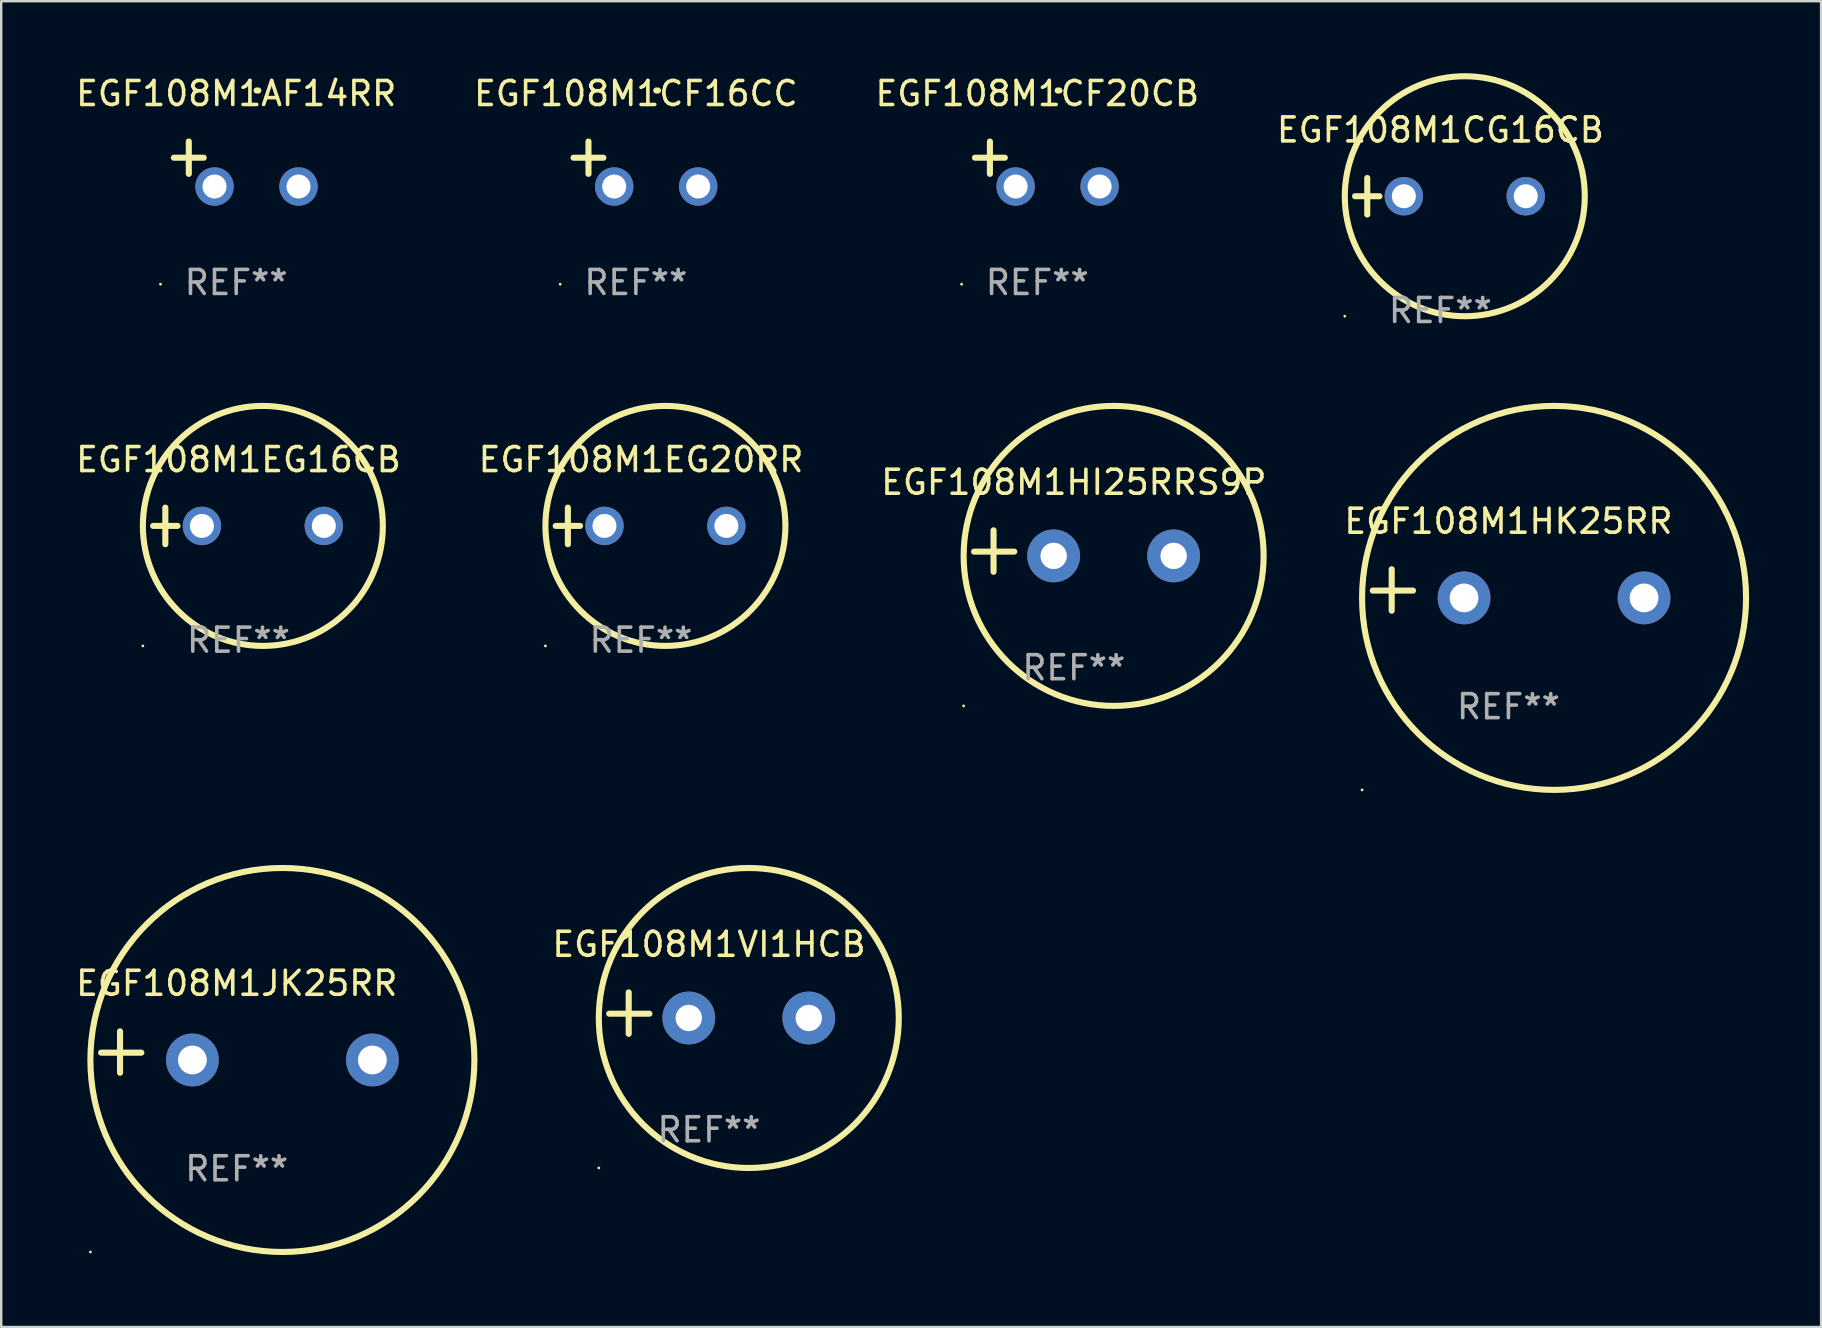
<source format=kicad_pcb>
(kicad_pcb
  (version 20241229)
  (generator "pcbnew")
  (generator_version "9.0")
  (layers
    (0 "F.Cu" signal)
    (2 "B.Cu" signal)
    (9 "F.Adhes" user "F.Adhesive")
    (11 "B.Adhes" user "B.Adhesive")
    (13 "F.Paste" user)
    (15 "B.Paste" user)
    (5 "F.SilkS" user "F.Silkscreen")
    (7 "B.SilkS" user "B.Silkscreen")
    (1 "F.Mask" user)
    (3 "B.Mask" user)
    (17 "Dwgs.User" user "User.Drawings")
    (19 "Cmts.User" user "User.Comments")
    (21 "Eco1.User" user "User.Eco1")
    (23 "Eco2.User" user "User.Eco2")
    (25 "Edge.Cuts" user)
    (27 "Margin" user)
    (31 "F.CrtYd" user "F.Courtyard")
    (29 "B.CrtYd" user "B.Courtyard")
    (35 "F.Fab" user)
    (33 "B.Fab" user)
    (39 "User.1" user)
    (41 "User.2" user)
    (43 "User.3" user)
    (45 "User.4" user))
  (footprint "EGF108M1HI25RRS9P"
    (layer "F.Cu")
    (at 41.696 19.911)
    (property "Reference" "EGF108M1HI25RRS9P" (at 0 -2.864 0) (layer "F.SilkS") (effects (font (size 1 1) (thickness 0.15))))
    (attr through_hole)
    (fp_line (start -3.346 0.864) (end -3.346 -0.864) (stroke (width 0.254) (type solid)) (layer "F.SilkS"))
    (fp_line (start -2.482 0.025) (end -4.158 0.025) (stroke (width 0.254) (type solid)) (layer "F.SilkS"))
    (fp_circle (center -4.592 6.453) (end -4.562 6.453) (stroke (width 0.06) (type solid)) (fill no) (layer "F.SilkS"))
    (fp_circle (center 1.658 0.203) (end 7.908 0.203) (stroke (width 0.254) (type solid)) (fill no) (layer "F.SilkS"))
    (fp_text user "REF**" (at 0 4.864 0) (layer "F.Fab") (effects (font (size 1 1) (thickness 0.15))))
    (pad "1" thru_hole circle (at -0.842 0.203) (size 2.2 2.2) (drill 1.1) (layers "*.Cu" "*.Mask"))
    (pad "2" thru_hole circle (at 4.158 0.203) (size 2.2 2.2) (drill 1.1) (layers "*.Cu" "*.Mask")))
  (footprint "EGF108M1JK25RR"
    (layer "F.Cu")
    (at 6.815 40.788)
    (property "Reference" "EGF108M1JK25RR" (at 0 -2.864 0) (layer "F.SilkS") (effects (font (size 1 1) (thickness 0.15))))
    (attr through_hole)
    (fp_line (start -4.864 0.864) (end -4.864 -0.864) (stroke (width 0.254) (type solid)) (layer "F.SilkS"))
    (fp_line (start -3.975 0.025) (end -5.652 0.025) (stroke (width 0.254) (type solid)) (layer "F.SilkS"))
    (fp_circle (center -6.098 8.33) (end -6.068 8.33) (stroke (width 0.06) (type solid)) (fill no) (layer "F.SilkS"))
    (fp_circle (center 1.902 0.33) (end 9.902 0.33) (stroke (width 0.254) (type solid)) (fill no) (layer "F.SilkS"))
    (fp_text user "REF**" (at 0 4.864 0) (layer "F.Fab") (effects (font (size 1 1) (thickness 0.15))))
    (pad "1" thru_hole circle (at -1.848 0.33) (size 2.2 2.2) (drill 1.2) (layers "*.Cu" "*.Mask"))
    (pad "2" thru_hole circle (at 5.652 0.33) (size 2.2 2.2) (drill 1.2) (layers "*.Cu" "*.Mask")))
  (footprint "EGF108M1AF14RR"
    (layer "F.Cu")
    (at 6.792 3.785)
    (property "Reference" "EGF108M1AF14RR" (at 0 -2.937 0) (layer "F.SilkS") (effects (font (size 1 1) (thickness 0.15))))
    (attr through_hole)
    (fp_line (start -1.975 0.41) (end -1.975 -0.937) (stroke (width 0.254) (type solid)) (layer "F.SilkS"))
    (fp_line (start -1.353 -0.263) (end -2.597 -0.263) (stroke (width 0.254) (type solid)) (layer "F.SilkS"))
    (fp_arc (start 0.849809 -3.063957) (mid 0.885369 -3.064114) (end 0.920929 -3.063957) (stroke (width 0.254001) (type solid)) (layer "F.SilkS"))
    (fp_circle (center -3.154 5.008) (end -3.124 5.008) (stroke (width 0.06) (type solid)) (fill no) (layer "F.SilkS"))
    (fp_text user "REF**" (at 0 4.937 0) (layer "F.Fab") (effects (font (size 1 1) (thickness 0.15))))
    (pad "1" thru_hole circle (at -0.903 0.937) (size 1.6 1.6) (drill 1) (layers "*.Cu" "*.Mask"))
    (pad "2" thru_hole circle (at 2.597 0.937) (size 1.6 1.6) (drill 1) (layers "*.Cu" "*.Mask")))
  (footprint "EGF108M1VI1HCB"
    (layer "F.Cu")
    (at 26.493 39.165)
    (property "Reference" "EGF108M1VI1HCB" (at 0 -2.864 0) (layer "F.SilkS") (effects (font (size 1 1) (thickness 0.15))))
    (attr through_hole)
    (fp_line (start -3.346 0.864) (end -3.346 -0.864) (stroke (width 0.254) (type solid)) (layer "F.SilkS"))
    (fp_line (start -2.482 0.025) (end -4.158 0.025) (stroke (width 0.254) (type solid)) (layer "F.SilkS"))
    (fp_circle (center -4.592 6.453) (end -4.562 6.453) (stroke (width 0.06) (type solid)) (fill no) (layer "F.SilkS"))
    (fp_circle (center 1.658 0.203) (end 7.908 0.203) (stroke (width 0.254) (type solid)) (fill no) (layer "F.SilkS"))
    (fp_text user "REF**" (at 0 4.864 0) (layer "F.Fab") (effects (font (size 1 1) (thickness 0.15))))
    (pad "1" thru_hole circle (at -0.842 0.203) (size 2.2 2.2) (drill 1.1) (layers "*.Cu" "*.Mask"))
    (pad "2" thru_hole circle (at 4.158 0.203) (size 2.2 2.2) (drill 1.1) (layers "*.Cu" "*.Mask")))
  (footprint "EGF108M1EG16CB"
    (layer "F.Cu")
    (at 6.887 18.864)
    (property "Reference" "EGF108M1EG16CB" (at 0 -2.762 0) (layer "F.SilkS") (effects (font (size 1 1) (thickness 0.15))))
    (attr through_hole)
    (fp_line (start -3.556 0) (end -2.54 0) (stroke (width 0.254) (type solid)) (layer "F.SilkS"))
    (fp_line (start -3.048 -0.762) (end -3.048 0.762) (stroke (width 0.254) (type solid)) (layer "F.SilkS"))
    (fp_circle (center -3.984 5) (end -3.954 5) (stroke (width 0.06) (type solid)) (fill no) (layer "F.SilkS"))
    (fp_circle (center 1.016 0) (end 6.016 0) (stroke (width 0.254) (type solid)) (fill no) (layer "F.SilkS"))
    (fp_text user "REF**" (at 0 4.762 0) (layer "F.Fab") (effects (font (size 1 1) (thickness 0.15))))
    (pad "1" thru_hole circle (at -1.524 0) (size 1.6 1.6) (drill 1) (layers "*.Cu" "*.Mask"))
    (pad "2" thru_hole circle (at 3.556 0) (size 1.6 1.6) (drill 1) (layers "*.Cu" "*.Mask")))
  (footprint "EGF108M1CF20CB"
    (layer "F.Cu")
    (at 40.173 3.785)
    (property "Reference" "EGF108M1CF20CB" (at 0 -2.937 0) (layer "F.SilkS") (effects (font (size 1 1) (thickness 0.15))))
    (attr through_hole)
    (fp_line (start -1.975 0.41) (end -1.975 -0.937) (stroke (width 0.254) (type solid)) (layer "F.SilkS"))
    (fp_line (start -1.353 -0.263) (end -2.597 -0.263) (stroke (width 0.254) (type solid)) (layer "F.SilkS"))
    (fp_arc (start 0.849809 -3.063957) (mid 0.885369 -3.064114) (end 0.920929 -3.063957) (stroke (width 0.254001) (type solid)) (layer "F.SilkS"))
    (fp_circle (center -3.154 5.008) (end -3.124 5.008) (stroke (width 0.06) (type solid)) (fill no) (layer "F.SilkS"))
    (fp_text user "REF**" (at 0 4.937 0) (layer "F.Fab") (effects (font (size 1 1) (thickness 0.15))))
    (pad "1" thru_hole circle (at -0.903 0.937) (size 1.6 1.6) (drill 1) (layers "*.Cu" "*.Mask"))
    (pad "2" thru_hole circle (at 2.597 0.937) (size 1.6 1.6) (drill 1) (layers "*.Cu" "*.Mask")))
  (footprint "EGF108M1HK25RR"
    (layer "F.Cu")
    (at 59.804 21.534)
    (property "Reference" "EGF108M1HK25RR" (at 0 -2.864 0) (layer "F.SilkS") (effects (font (size 1 1) (thickness 0.15))))
    (attr through_hole)
    (fp_line (start -4.864 0.864) (end -4.864 -0.864) (stroke (width 0.254) (type solid)) (layer "F.SilkS"))
    (fp_line (start -3.975 0.025) (end -5.652 0.025) (stroke (width 0.254) (type solid)) (layer "F.SilkS"))
    (fp_circle (center -6.098 8.33) (end -6.068 8.33) (stroke (width 0.06) (type solid)) (fill no) (layer "F.SilkS"))
    (fp_circle (center 1.902 0.33) (end 9.902 0.33) (stroke (width 0.254) (type solid)) (fill no) (layer "F.SilkS"))
    (fp_text user "REF**" (at 0 4.864 0) (layer "F.Fab") (effects (font (size 1 1) (thickness 0.15))))
    (pad "1" thru_hole circle (at -1.848 0.33) (size 2.2 2.2) (drill 1.2) (layers "*.Cu" "*.Mask"))
    (pad "2" thru_hole circle (at 5.652 0.33) (size 2.2 2.2) (drill 1.2) (layers "*.Cu" "*.Mask")))
  (footprint "EGF108M1CG16CB"
    (layer "F.Cu")
    (at 56.97 5.127)
    (property "Reference" "EGF108M1CG16CB" (at 0 -2.762 0) (layer "F.SilkS") (effects (font (size 1 1) (thickness 0.15))))
    (attr through_hole)
    (fp_line (start -3.556 0) (end -2.54 0) (stroke (width 0.254) (type solid)) (layer "F.SilkS"))
    (fp_line (start -3.048 -0.762) (end -3.048 0.762) (stroke (width 0.254) (type solid)) (layer "F.SilkS"))
    (fp_circle (center -3.984 5) (end -3.954 5) (stroke (width 0.06) (type solid)) (fill no) (layer "F.SilkS"))
    (fp_circle (center 1.016 0) (end 6.016 0) (stroke (width 0.254) (type solid)) (fill no) (layer "F.SilkS"))
    (fp_text user "REF**" (at 0 4.762 0) (layer "F.Fab") (effects (font (size 1 1) (thickness 0.15))))
    (pad "1" thru_hole circle (at -1.524 0) (size 1.6 1.6) (drill 1) (layers "*.Cu" "*.Mask"))
    (pad "2" thru_hole circle (at 3.556 0) (size 1.6 1.6) (drill 1) (layers "*.Cu" "*.Mask")))
  (footprint "EGF108M1EG20RR"
    (layer "F.Cu")
    (at 23.661 18.864)
    (property "Reference" "EGF108M1EG20RR" (at 0 -2.762 0) (layer "F.SilkS") (effects (font (size 1 1) (thickness 0.15))))
    (attr through_hole)
    (fp_line (start -3.556 0) (end -2.54 0) (stroke (width 0.254) (type solid)) (layer "F.SilkS"))
    (fp_line (start -3.048 -0.762) (end -3.048 0.762) (stroke (width 0.254) (type solid)) (layer "F.SilkS"))
    (fp_circle (center -3.984 5) (end -3.954 5) (stroke (width 0.06) (type solid)) (fill no) (layer "F.SilkS"))
    (fp_circle (center 1.016 0) (end 6.016 0) (stroke (width 0.254) (type solid)) (fill no) (layer "F.SilkS"))
    (fp_text user "REF**" (at 0 4.762 0) (layer "F.Fab") (effects (font (size 1 1) (thickness 0.15))))
    (pad "1" thru_hole circle (at -1.524 0) (size 1.6 1.6) (drill 1) (layers "*.Cu" "*.Mask"))
    (pad "2" thru_hole circle (at 3.556 0) (size 1.6 1.6) (drill 1) (layers "*.Cu" "*.Mask")))
  (footprint "EGF108M1CF16CC"
    (layer "F.Cu")
    (at 23.446 3.785)
    (property "Reference" "EGF108M1CF16CC" (at 0 -2.937 0) (layer "F.SilkS") (effects (font (size 1 1) (thickness 0.15))))
    (attr through_hole)
    (fp_line (start -1.975 0.41) (end -1.975 -0.937) (stroke (width 0.254) (type solid)) (layer "F.SilkS"))
    (fp_line (start -1.353 -0.263) (end -2.597 -0.263) (stroke (width 0.254) (type solid)) (layer "F.SilkS"))
    (fp_arc (start 0.849809 -3.063957) (mid 0.885369 -3.064114) (end 0.920929 -3.063957) (stroke (width 0.254001) (type solid)) (layer "F.SilkS"))
    (fp_circle (center -3.154 5.008) (end -3.124 5.008) (stroke (width 0.06) (type solid)) (fill no) (layer "F.SilkS"))
    (fp_text user "REF**" (at 0 4.937 0) (layer "F.Fab") (effects (font (size 1 1) (thickness 0.15))))
    (pad "1" thru_hole circle (at -0.903 0.937) (size 1.6 1.6) (drill 1) (layers "*.Cu" "*.Mask"))
    (pad "2" thru_hole circle (at 2.597 0.937) (size 1.6 1.6) (drill 1) (layers "*.Cu" "*.Mask")))
  (gr_rect
    (start -3 -3)
    (end 72.832 52.245)
    (stroke (width 0.1) (type default))
    (fill no)
    (layer "Edge.Cuts")))
</source>
